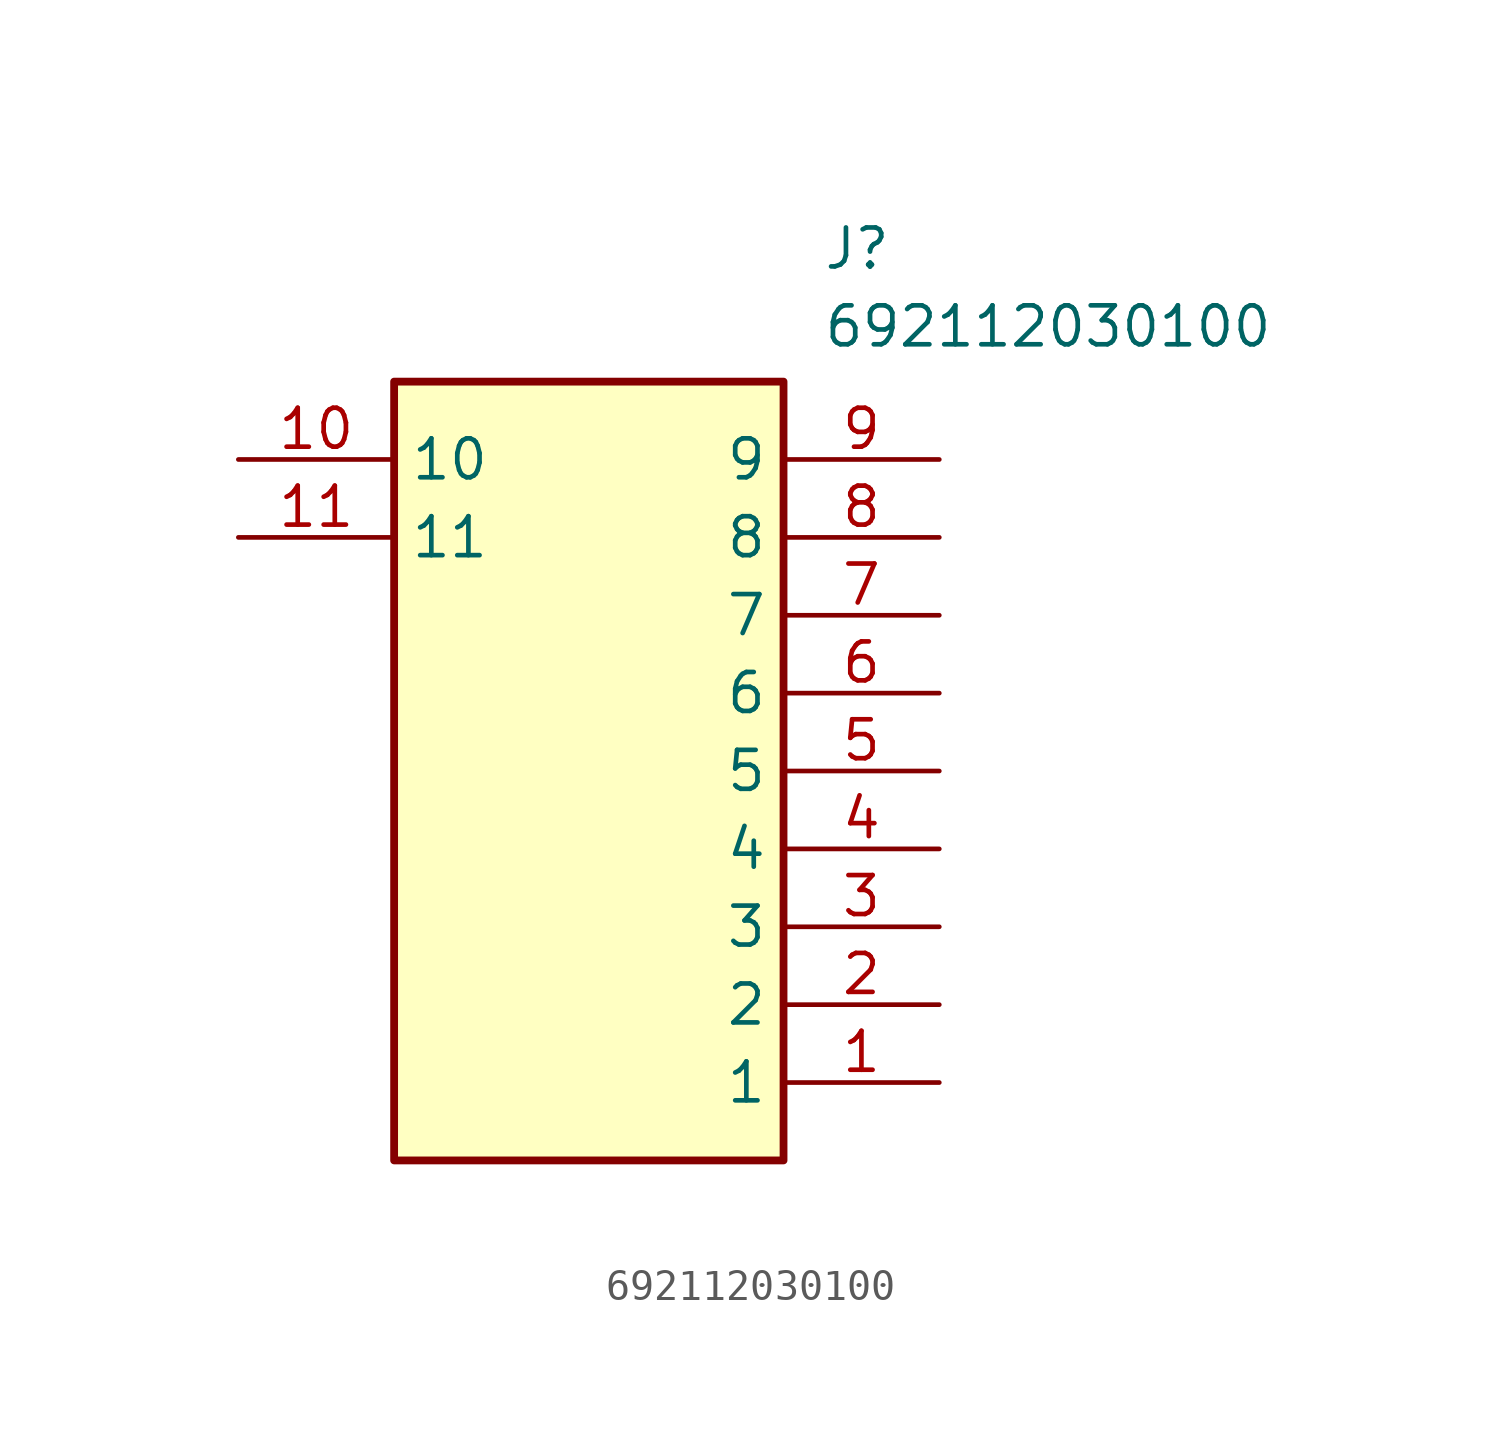
<source format=kicad_sym>
(kicad_symbol_lib
  (version 20211014)
  (generator SamacSys_ECAD_Model)
  (symbol "692112030100"
    (property "Reference" "J"
      (at 19.05 7.62 0)
      (effects (font (size 1.27 1.27)) (justify left top)))
    (property "Value" "692112030100"
      (at 19.05 5.08 0)
      (effects (font (size 1.27 1.27)) (justify left top)))
    (rectangle
      (start 5.08 2.54)
      (end 17.78 -22.86)
      (stroke (width 0.254) (type default))
      (fill (type background)))
    (pin passive line
      (at 22.86 -20.32 180)
      (length 5.08)
      (name "1" (effects (font (size 1.27 1.27))))
      (number "1" (effects (font (size 1.27 1.27)))))
    (pin passive line
      (at 22.86 -17.78 180)
      (length 5.08)
      (name "2" (effects (font (size 1.27 1.27))))
      (number "2" (effects (font (size 1.27 1.27)))))
    (pin passive line
      (at 22.86 -15.24 180)
      (length 5.08)
      (name "3" (effects (font (size 1.27 1.27))))
      (number "3" (effects (font (size 1.27 1.27)))))
    (pin passive line
      (at 22.86 -12.7 180)
      (length 5.08)
      (name "4" (effects (font (size 1.27 1.27))))
      (number "4" (effects (font (size 1.27 1.27)))))
    (pin passive line
      (at 22.86 -10.16 180)
      (length 5.08)
      (name "5" (effects (font (size 1.27 1.27))))
      (number "5" (effects (font (size 1.27 1.27)))))
    (pin passive line
      (at 22.86 -7.62 180)
      (length 5.08)
      (name "6" (effects (font (size 1.27 1.27))))
      (number "6" (effects (font (size 1.27 1.27)))))
    (pin passive line
      (at 22.86 -5.08 180)
      (length 5.08)
      (name "7" (effects (font (size 1.27 1.27))))
      (number "7" (effects (font (size 1.27 1.27)))))
    (pin passive line
      (at 22.86 -2.54 180)
      (length 5.08)
      (name "8" (effects (font (size 1.27 1.27))))
      (number "8" (effects (font (size 1.27 1.27)))))
    (pin passive line
      (at 22.86 0 180)
      (length 5.08)
      (name "9" (effects (font (size 1.27 1.27))))
      (number "9" (effects (font (size 1.27 1.27)))))
    (pin passive line
      (at 0 0 0)
      (length 5.08)
      (name "10" (effects (font (size 1.27 1.27))))
      (number "10" (effects (font (size 1.27 1.27)))))
    (pin passive line
      (at 0 -2.54 0)
      (length 5.08)
      (name "11" (effects (font (size 1.27 1.27))))
      (number "11" (effects (font (size 1.27 1.27)))))))
</source>
